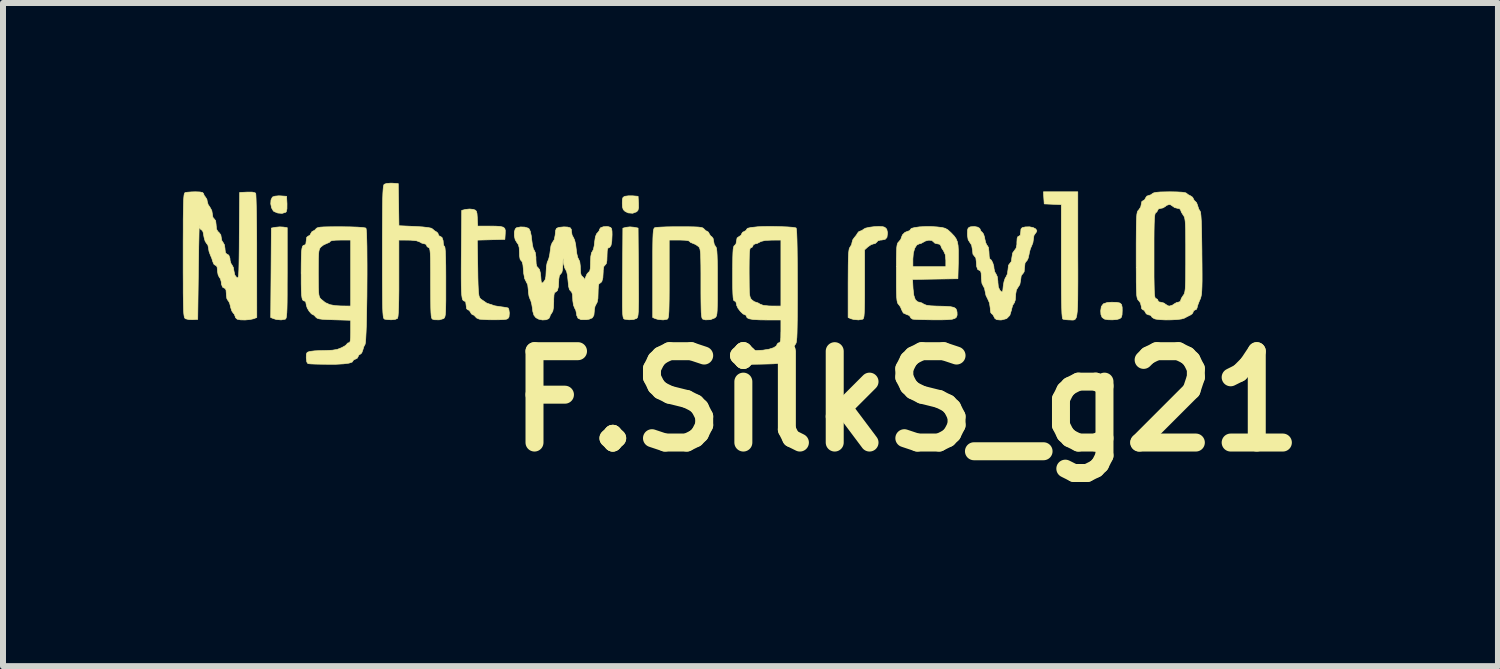
<source format=kicad_pcb>
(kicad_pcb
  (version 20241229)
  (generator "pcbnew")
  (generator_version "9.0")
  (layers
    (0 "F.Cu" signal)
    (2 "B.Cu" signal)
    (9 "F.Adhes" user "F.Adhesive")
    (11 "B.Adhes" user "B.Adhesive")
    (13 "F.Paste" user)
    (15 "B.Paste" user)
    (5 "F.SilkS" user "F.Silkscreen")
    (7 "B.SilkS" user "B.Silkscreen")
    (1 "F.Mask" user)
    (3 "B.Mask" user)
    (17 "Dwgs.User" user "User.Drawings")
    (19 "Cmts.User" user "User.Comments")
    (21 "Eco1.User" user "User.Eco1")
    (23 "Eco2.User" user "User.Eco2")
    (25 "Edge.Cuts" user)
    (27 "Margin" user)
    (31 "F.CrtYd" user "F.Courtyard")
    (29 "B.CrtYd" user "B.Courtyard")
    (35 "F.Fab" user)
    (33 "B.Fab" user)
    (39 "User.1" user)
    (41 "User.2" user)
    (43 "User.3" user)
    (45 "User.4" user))
  (footprint "F.SilkS_g21"
    (layer "F.Cu")
    (at 12.07 3.642)
    (property "Reference" "F.SilkS_g21" (at 0 0 0) (layer "F.SilkS") (effects (font (size 1.524 1.524) (thickness 0.3))))
    (attr through_hole)
    (fp_poly (pts (xy -10.442 -3.425) (xy -10.34 -3.418) (xy -10.333 -3.293) (xy -10.334 -3.208) (xy -10.345 -3.161) (xy -10.355 -3.151) (xy -10.415 -3.133) (xy -10.487 -3.139) (xy -10.549 -3.164) (xy -10.562 -3.175) (xy -10.591 -3.226) (xy -10.604 -3.292) (xy -10.6 -3.357) (xy -10.577 -3.404) (xy -10.574 -3.406) (xy -10.536 -3.42) (xy -10.473 -3.426) (xy -10.442 -3.425)) (stroke (width 0.01) (type solid)) (fill yes) (layer "F.SilkS"))
    (fp_poly (pts (xy -4.569 -3.426) (xy -4.559 -3.425) (xy -4.477 -3.418) (xy -4.47 -3.303) (xy -4.469 -3.229) (xy -4.479 -3.185) (xy -4.501 -3.16) (xy -4.567 -3.135) (xy -4.642 -3.141) (xy -4.694 -3.166) (xy -4.724 -3.196) (xy -4.738 -3.241) (xy -4.741 -3.303) (xy -4.739 -3.367) (xy -4.728 -3.4) (xy -4.703 -3.416) (xy -4.692 -3.419) (xy -4.637 -3.426) (xy -4.569 -3.426)) (stroke (width 0.01) (type solid)) (fill yes) (layer "F.SilkS"))
    (fp_poly (pts (xy -10.396 -2.905) (xy -10.329 -2.895) (xy -10.329 -2.138) (xy -10.33 -1.937) (xy -10.33 -1.774) (xy -10.331 -1.646) (xy -10.333 -1.548) (xy -10.336 -1.476) (xy -10.341 -1.426) (xy -10.346 -1.394) (xy -10.353 -1.376) (xy -10.362 -1.368) (xy -10.363 -1.368) (xy -10.431 -1.356) (xy -10.511 -1.363) (xy -10.557 -1.377) (xy -10.605 -1.396) (xy -10.599 -2.142) (xy -10.594 -2.888) (xy -10.528 -2.901) (xy -10.456 -2.908) (xy -10.396 -2.905)) (stroke (width 0.01) (type solid)) (fill yes) (layer "F.SilkS"))
    (fp_poly (pts (xy 3.506 -1.649) (xy 3.559 -1.638) (xy 3.587 -1.613) (xy 3.597 -1.566) (xy 3.598 -1.512) (xy 3.595 -1.441) (xy 3.583 -1.399) (xy 3.557 -1.377) (xy 3.557 -1.377) (xy 3.508 -1.363) (xy 3.436 -1.357) (xy 3.362 -1.359) (xy 3.305 -1.369) (xy 3.302 -1.37) (xy 3.263 -1.397) (xy 3.243 -1.445) (xy 3.239 -1.507) (xy 3.249 -1.579) (xy 3.283 -1.624) (xy 3.347 -1.646) (xy 3.418 -1.651) (xy 3.506 -1.649)) (stroke (width 0.01) (type solid)) (fill yes) (layer "F.SilkS"))
    (fp_poly (pts (xy -4.547 -2.902) (xy -4.477 -2.888) (xy -4.471 -2.148) (xy -4.47 -1.95) (xy -4.469 -1.79) (xy -4.469 -1.665) (xy -4.471 -1.569) (xy -4.473 -1.498) (xy -4.477 -1.448) (xy -4.482 -1.415) (xy -4.489 -1.395) (xy -4.498 -1.384) (xy -4.502 -1.381) (xy -4.555 -1.362) (xy -4.629 -1.358) (xy -4.705 -1.369) (xy -4.714 -1.374) (xy -4.722 -1.386) (xy -4.728 -1.408) (xy -4.733 -1.446) (xy -4.736 -1.502) (xy -4.738 -1.582) (xy -4.738 -1.689) (xy -4.738 -1.827) (xy -4.737 -2.002) (xy -4.736 -2.133) (xy -4.731 -2.886) (xy -4.674 -2.901) (xy -4.613 -2.908) (xy -4.547 -2.902)) (stroke (width 0.01) (type solid)) (fill yes) (layer "F.SilkS"))
    (fp_poly (pts (xy 2.857 -2.436) (xy 2.858 -2.194) (xy 2.858 -1.99) (xy 2.857 -1.823) (xy 2.856 -1.687) (xy 2.853 -1.58) (xy 2.848 -1.498) (xy 2.841 -1.439) (xy 2.832 -1.398) (xy 2.819 -1.373) (xy 2.802 -1.359) (xy 2.781 -1.354) (xy 2.756 -1.354) (xy 2.726 -1.356) (xy 2.713 -1.356) (xy 2.654 -1.36) (xy 2.612 -1.368) (xy 2.609 -1.369) (xy 2.602 -1.38) (xy 2.597 -1.411) (xy 2.592 -1.464) (xy 2.589 -1.543) (xy 2.586 -1.65) (xy 2.584 -1.788) (xy 2.583 -1.961) (xy 2.582 -2.171) (xy 2.582 -2.329) (xy 2.582 -3.279) (xy 2.439 -3.285) (xy 2.297 -3.291) (xy 2.29 -3.392) (xy 2.284 -3.493) (xy 2.857 -3.493) (xy 2.857 -2.436)) (stroke (width 0.01) (type solid)) (fill yes) (layer "F.SilkS"))
    (fp_poly (pts (xy -0.395 -2.911) (xy -0.362 -2.901) (xy -0.33 -2.87) (xy -0.318 -2.817) (xy -0.318 -2.796) (xy -0.326 -2.733) (xy -0.356 -2.7) (xy -0.416 -2.688) (xy -0.433 -2.688) (xy -0.477 -2.676) (xy -0.494 -2.656) (xy -0.523 -2.63) (xy -0.549 -2.625) (xy -0.592 -2.611) (xy -0.641 -2.577) (xy -0.644 -2.575) (xy -0.699 -2.525) (xy -0.699 -1.952) (xy -0.699 -1.78) (xy -0.7 -1.645) (xy -0.702 -1.544) (xy -0.705 -1.47) (xy -0.709 -1.42) (xy -0.715 -1.39) (xy -0.724 -1.373) (xy -0.732 -1.368) (xy -0.8 -1.356) (xy -0.88 -1.363) (xy -0.926 -1.376) (xy -0.974 -1.396) (xy -0.974 -1.966) (xy -0.973 -2.141) (xy -0.972 -2.278) (xy -0.97 -2.383) (xy -0.967 -2.459) (xy -0.961 -2.511) (xy -0.955 -2.545) (xy -0.946 -2.564) (xy -0.942 -2.569) (xy -0.915 -2.615) (xy -0.91 -2.644) (xy -0.896 -2.693) (xy -0.872 -2.727) (xy -0.836 -2.771) (xy -0.819 -2.801) (xy -0.793 -2.831) (xy -0.776 -2.836) (xy -0.738 -2.851) (xy -0.721 -2.866) (xy -0.685 -2.886) (xy -0.621 -2.901) (xy -0.541 -2.911) (xy -0.462 -2.915) (xy -0.395 -2.911)) (stroke (width 0.01) (type solid)) (fill yes) (layer "F.SilkS"))
    (fp_poly (pts (xy -7.229 -3.2) (xy -7.194 -3.188) (xy -7.174 -3.169) (xy -7.164 -3.131) (xy -7.159 -3.064) (xy -7.159 -3.052) (xy -7.152 -2.921) (xy -6.968 -2.921) (xy -6.854 -2.92) (xy -6.776 -2.915) (xy -6.727 -2.903) (xy -6.701 -2.882) (xy -6.692 -2.849) (xy -6.693 -2.8) (xy -6.693 -2.797) (xy -6.699 -2.699) (xy -6.929 -2.693) (xy -7.159 -2.687) (xy -7.151 -2.216) (xy -7.149 -2.063) (xy -7.146 -1.946) (xy -7.142 -1.86) (xy -7.137 -1.8) (xy -7.131 -1.759) (xy -7.122 -1.732) (xy -7.11 -1.714) (xy -7.1 -1.704) (xy -7.001 -1.636) (xy -6.871 -1.592) (xy -6.786 -1.578) (xy -6.716 -1.569) (xy -6.664 -1.56) (xy -6.643 -1.554) (xy -6.632 -1.527) (xy -6.625 -1.476) (xy -6.625 -1.462) (xy -6.63 -1.406) (xy -6.649 -1.378) (xy -6.673 -1.368) (xy -6.717 -1.362) (xy -6.791 -1.359) (xy -6.881 -1.358) (xy -6.974 -1.359) (xy -7.058 -1.363) (xy -7.119 -1.368) (xy -7.129 -1.37) (xy -7.172 -1.389) (xy -7.19 -1.409) (xy -7.216 -1.436) (xy -7.229 -1.439) (xy -7.258 -1.457) (xy -7.271 -1.482) (xy -7.294 -1.516) (xy -7.315 -1.524) (xy -7.337 -1.542) (xy -7.345 -1.598) (xy -7.352 -1.654) (xy -7.375 -1.672) (xy -7.376 -1.672) (xy -7.39 -1.676) (xy -7.402 -1.691) (xy -7.411 -1.719) (xy -7.418 -1.766) (xy -7.423 -1.835) (xy -7.426 -1.929) (xy -7.427 -2.053) (xy -7.427 -2.209) (xy -7.426 -2.403) (xy -7.425 -2.496) (xy -7.419 -3.183) (xy -7.356 -3.199) (xy -7.288 -3.206) (xy -7.229 -3.2)) (stroke (width 0.01) (type solid)) (fill yes) (layer "F.SilkS"))
    (fp_poly (pts (xy -3.645 -2.91) (xy -3.544 -2.908) (xy -3.474 -2.905) (xy -3.427 -2.899) (xy -3.399 -2.891) (xy -3.382 -2.879) (xy -3.377 -2.873) (xy -3.346 -2.843) (xy -3.328 -2.836) (xy -3.303 -2.819) (xy -3.292 -2.796) (xy -3.267 -2.756) (xy -3.248 -2.744) (xy -3.226 -2.716) (xy -3.217 -2.67) (xy -3.207 -2.616) (xy -3.186 -2.582) (xy -3.176 -2.569) (xy -3.168 -2.543) (xy -3.163 -2.499) (xy -3.159 -2.434) (xy -3.156 -2.343) (xy -3.154 -2.22) (xy -3.154 -2.062) (xy -3.154 -1.988) (xy -3.154 -1.819) (xy -3.154 -1.686) (xy -3.156 -1.587) (xy -3.158 -1.514) (xy -3.162 -1.464) (xy -3.168 -1.431) (xy -3.177 -1.41) (xy -3.188 -1.397) (xy -3.201 -1.388) (xy -3.271 -1.36) (xy -3.354 -1.357) (xy -3.396 -1.368) (xy -3.406 -1.376) (xy -3.413 -1.394) (xy -3.419 -1.428) (xy -3.424 -1.481) (xy -3.426 -1.559) (xy -3.428 -1.666) (xy -3.429 -1.807) (xy -3.429 -1.96) (xy -3.429 -2.133) (xy -3.43 -2.268) (xy -3.432 -2.371) (xy -3.434 -2.447) (xy -3.439 -2.5) (xy -3.445 -2.536) (xy -3.453 -2.559) (xy -3.464 -2.575) (xy -3.468 -2.579) (xy -3.52 -2.615) (xy -3.564 -2.633) (xy -3.605 -2.65) (xy -3.619 -2.667) (xy -3.639 -2.677) (xy -3.692 -2.685) (xy -3.77 -2.688) (xy -3.789 -2.688) (xy -3.958 -2.688) (xy -3.958 -2.034) (xy -3.958 -1.849) (xy -3.959 -1.701) (xy -3.961 -1.587) (xy -3.963 -1.503) (xy -3.967 -1.443) (xy -3.972 -1.404) (xy -3.979 -1.381) (xy -3.988 -1.37) (xy -3.992 -1.368) (xy -4.059 -1.356) (xy -4.139 -1.363) (xy -4.186 -1.376) (xy -4.233 -1.396) (xy -4.233 -2.138) (xy -4.233 -2.335) (xy -4.233 -2.495) (xy -4.232 -2.62) (xy -4.23 -2.716) (xy -4.227 -2.786) (xy -4.223 -2.834) (xy -4.217 -2.865) (xy -4.21 -2.884) (xy -4.201 -2.893) (xy -4.196 -2.895) (xy -4.164 -2.9) (xy -4.097 -2.904) (xy -4.002 -2.908) (xy -3.889 -2.91) (xy -3.782 -2.91) (xy -3.645 -2.91)) (stroke (width 0.01) (type solid)) (fill yes) (layer "F.SilkS"))
    (fp_poly (pts (xy -8.579 -3.637) (xy -8.477 -3.63) (xy -8.471 -3.279) (xy -8.466 -2.927) (xy -8.197 -2.915) (xy -8.069 -2.907) (xy -7.981 -2.897) (xy -7.927 -2.886) (xy -7.906 -2.873) (xy -7.868 -2.84) (xy -7.848 -2.83) (xy -7.816 -2.803) (xy -7.811 -2.784) (xy -7.795 -2.756) (xy -7.781 -2.752) (xy -7.748 -2.732) (xy -7.729 -2.678) (xy -7.726 -2.634) (xy -7.718 -2.595) (xy -7.705 -2.582) (xy -7.698 -2.561) (xy -7.692 -2.5) (xy -7.688 -2.399) (xy -7.685 -2.26) (xy -7.684 -2.086) (xy -7.684 -1.99) (xy -7.684 -1.816) (xy -7.684 -1.68) (xy -7.686 -1.576) (xy -7.688 -1.501) (xy -7.692 -1.448) (xy -7.698 -1.414) (xy -7.706 -1.394) (xy -7.716 -1.382) (xy -7.724 -1.377) (xy -7.794 -1.357) (xy -7.873 -1.359) (xy -7.904 -1.368) (xy -7.914 -1.375) (xy -7.922 -1.394) (xy -7.928 -1.427) (xy -7.932 -1.48) (xy -7.935 -1.558) (xy -7.936 -1.664) (xy -7.937 -1.803) (xy -7.938 -1.971) (xy -7.938 -2.146) (xy -7.939 -2.284) (xy -7.94 -2.388) (xy -7.943 -2.463) (xy -7.948 -2.514) (xy -7.954 -2.544) (xy -7.961 -2.558) (xy -7.969 -2.561) (xy -7.997 -2.578) (xy -8.001 -2.593) (xy -8.018 -2.619) (xy -8.039 -2.625) (xy -8.086 -2.637) (xy -8.119 -2.656) (xy -8.173 -2.676) (xy -8.267 -2.686) (xy -8.313 -2.687) (xy -8.467 -2.688) (xy -8.467 -2.047) (xy -8.467 -1.848) (xy -8.469 -1.689) (xy -8.472 -1.567) (xy -8.476 -1.477) (xy -8.481 -1.418) (xy -8.488 -1.386) (xy -8.492 -1.38) (xy -8.531 -1.364) (xy -8.594 -1.358) (xy -8.666 -1.362) (xy -8.705 -1.369) (xy -8.713 -1.374) (xy -8.72 -1.384) (xy -8.726 -1.404) (xy -8.73 -1.436) (xy -8.734 -1.485) (xy -8.737 -1.554) (xy -8.739 -1.646) (xy -8.74 -1.764) (xy -8.741 -1.912) (xy -8.742 -2.093) (xy -8.742 -2.311) (xy -8.742 -2.486) (xy -8.742 -2.736) (xy -8.741 -2.947) (xy -8.74 -3.122) (xy -8.739 -3.265) (xy -8.737 -3.378) (xy -8.734 -3.465) (xy -8.73 -3.529) (xy -8.726 -3.573) (xy -8.72 -3.601) (xy -8.714 -3.616) (xy -8.712 -3.618) (xy -8.673 -3.632) (xy -8.61 -3.637) (xy -8.579 -3.637)) (stroke (width 0.01) (type solid)) (fill yes) (layer "F.SilkS"))
    (fp_poly (pts (xy 0.416 -2.913) (xy 0.51 -2.907) (xy 0.591 -2.898) (xy 0.645 -2.884) (xy 0.689 -2.859) (xy 0.738 -2.815) (xy 0.752 -2.801) (xy 0.796 -2.754) (xy 0.827 -2.71) (xy 0.848 -2.66) (xy 0.86 -2.598) (xy 0.865 -2.514) (xy 0.865 -2.4) (xy 0.864 -2.307) (xy 0.857 -2.043) (xy 0.479 -2.037) (xy 0.101 -2.031) (xy 0.109 -1.876) (xy 0.122 -1.766) (xy 0.147 -1.693) (xy 0.187 -1.657) (xy 0.217 -1.651) (xy 0.256 -1.639) (xy 0.287 -1.62) (xy 0.329 -1.602) (xy 0.404 -1.591) (xy 0.515 -1.586) (xy 0.529 -1.586) (xy 0.649 -1.583) (xy 0.734 -1.577) (xy 0.789 -1.565) (xy 0.821 -1.546) (xy 0.837 -1.516) (xy 0.843 -1.482) (xy 0.844 -1.437) (xy 0.834 -1.404) (xy 0.808 -1.382) (xy 0.76 -1.367) (xy 0.684 -1.36) (xy 0.577 -1.357) (xy 0.456 -1.357) (xy 0.342 -1.359) (xy 0.24 -1.361) (xy 0.161 -1.364) (xy 0.111 -1.368) (xy 0.101 -1.369) (xy 0.069 -1.391) (xy 0.064 -1.406) (xy 0.045 -1.43) (xy 0.001 -1.447) (xy 0.001 -1.447) (xy -0.053 -1.471) (xy -0.077 -1.516) (xy -0.102 -1.575) (xy -0.13 -1.612) (xy -0.143 -1.627) (xy -0.152 -1.649) (xy -0.159 -1.683) (xy -0.164 -1.734) (xy -0.167 -1.808) (xy -0.169 -1.911) (xy -0.169 -2.047) (xy -0.169 -2.138) (xy -0.169 -2.294) (xy -0.169 -2.373) (xy 0.106 -2.373) (xy 0.106 -2.244) (xy 0.656 -2.244) (xy 0.656 -2.351) (xy 0.647 -2.444) (xy 0.617 -2.509) (xy 0.614 -2.513) (xy 0.584 -2.559) (xy 0.572 -2.595) (xy 0.572 -2.596) (xy 0.553 -2.618) (xy 0.518 -2.625) (xy 0.473 -2.636) (xy 0.452 -2.656) (xy 0.423 -2.681) (xy 0.372 -2.686) (xy 0.316 -2.672) (xy 0.287 -2.656) (xy 0.241 -2.631) (xy 0.212 -2.625) (xy 0.171 -2.605) (xy 0.137 -2.551) (xy 0.114 -2.471) (xy 0.106 -2.373) (xy -0.169 -2.373) (xy -0.168 -2.414) (xy -0.166 -2.502) (xy -0.163 -2.564) (xy -0.157 -2.606) (xy -0.149 -2.633) (xy -0.139 -2.65) (xy -0.127 -2.661) (xy -0.095 -2.701) (xy -0.085 -2.732) (xy -0.067 -2.776) (xy -0.026 -2.816) (xy 0.023 -2.836) (xy 0.028 -2.836) (xy 0.058 -2.85) (xy 0.064 -2.865) (xy 0.083 -2.883) (xy 0.137 -2.897) (xy 0.216 -2.908) (xy 0.312 -2.913) (xy 0.416 -2.913)) (stroke (width 0.01) (type solid)) (fill yes) (layer "F.SilkS"))
    (fp_poly (pts (xy 1.185 -2.904) (xy 1.221 -2.883) (xy 1.228 -2.867) (xy 1.244 -2.833) (xy 1.261 -2.82) (xy 1.285 -2.788) (xy 1.303 -2.73) (xy 1.306 -2.708) (xy 1.32 -2.647) (xy 1.339 -2.605) (xy 1.347 -2.597) (xy 1.367 -2.564) (xy 1.375 -2.496) (xy 1.376 -2.475) (xy 1.379 -2.415) (xy 1.387 -2.378) (xy 1.394 -2.371) (xy 1.416 -2.352) (xy 1.439 -2.307) (xy 1.456 -2.251) (xy 1.46 -2.209) (xy 1.473 -2.155) (xy 1.492 -2.124) (xy 1.514 -2.078) (xy 1.524 -2.003) (xy 1.524 -1.988) (xy 1.532 -1.905) (xy 1.557 -1.852) (xy 1.564 -1.844) (xy 1.587 -1.823) (xy 1.6 -1.825) (xy 1.607 -1.855) (xy 1.613 -1.918) (xy 1.626 -1.993) (xy 1.646 -2.053) (xy 1.658 -2.07) (xy 1.683 -2.123) (xy 1.693 -2.197) (xy 1.693 -2.198) (xy 1.701 -2.268) (xy 1.725 -2.3) (xy 1.749 -2.331) (xy 1.757 -2.394) (xy 1.77 -2.472) (xy 1.799 -2.513) (xy 1.828 -2.553) (xy 1.841 -2.616) (xy 1.841 -2.651) (xy 1.845 -2.715) (xy 1.858 -2.746) (xy 1.873 -2.752) (xy 1.897 -2.768) (xy 1.905 -2.821) (xy 1.905 -2.823) (xy 1.909 -2.871) (xy 1.93 -2.895) (xy 1.981 -2.907) (xy 2.052 -2.909) (xy 2.113 -2.896) (xy 2.156 -2.873) (xy 2.174 -2.842) (xy 2.159 -2.81) (xy 2.152 -2.804) (xy 2.125 -2.763) (xy 2.117 -2.706) (xy 2.108 -2.643) (xy 2.088 -2.593) (xy 2.088 -2.592) (xy 2.067 -2.546) (xy 2.049 -2.479) (xy 2.044 -2.449) (xy 2.029 -2.385) (xy 2.009 -2.344) (xy 1.999 -2.335) (xy 1.977 -2.305) (xy 1.969 -2.235) (xy 1.968 -2.23) (xy 1.962 -2.159) (xy 1.94 -2.126) (xy 1.937 -2.124) (xy 1.913 -2.093) (xy 1.905 -2.03) (xy 1.89 -1.946) (xy 1.863 -1.905) (xy 1.833 -1.857) (xy 1.821 -1.786) (xy 1.82 -1.759) (xy 1.814 -1.687) (xy 1.798 -1.64) (xy 1.791 -1.632) (xy 1.77 -1.597) (xy 1.754 -1.539) (xy 1.75 -1.519) (xy 1.723 -1.432) (xy 1.67 -1.378) (xy 1.588 -1.356) (xy 1.563 -1.355) (xy 1.506 -1.36) (xy 1.475 -1.379) (xy 1.46 -1.408) (xy 1.438 -1.447) (xy 1.419 -1.46) (xy 1.405 -1.479) (xy 1.398 -1.527) (xy 1.397 -1.55) (xy 1.384 -1.639) (xy 1.355 -1.704) (xy 1.325 -1.765) (xy 1.313 -1.825) (xy 1.312 -1.827) (xy 1.301 -1.883) (xy 1.281 -1.919) (xy 1.258 -1.966) (xy 1.249 -2.048) (xy 1.249 -2.065) (xy 1.245 -2.137) (xy 1.234 -2.173) (xy 1.219 -2.18) (xy 1.187 -2.198) (xy 1.169 -2.251) (xy 1.164 -2.328) (xy 1.156 -2.392) (xy 1.132 -2.421) (xy 1.108 -2.452) (xy 1.101 -2.518) (xy 1.086 -2.604) (xy 1.058 -2.646) (xy 1.028 -2.693) (xy 1.017 -2.764) (xy 1.016 -2.792) (xy 1.018 -2.855) (xy 1.029 -2.888) (xy 1.054 -2.904) (xy 1.069 -2.909) (xy 1.13 -2.914) (xy 1.185 -2.904)) (stroke (width 0.01) (type solid)) (fill yes) (layer "F.SilkS"))
    (fp_poly (pts (xy -2.192 -2.914) (xy -2.082 -2.911) (xy -1.983 -2.907) (xy -1.903 -2.901) (xy -1.853 -2.893) (xy -1.841 -2.889) (xy -1.836 -2.865) (xy -1.831 -2.8) (xy -1.827 -2.695) (xy -1.824 -2.554) (xy -1.822 -2.377) (xy -1.821 -2.165) (xy -1.82 -1.928) (xy -1.82 -1.699) (xy -1.821 -1.509) (xy -1.822 -1.354) (xy -1.824 -1.231) (xy -1.826 -1.135) (xy -1.829 -1.064) (xy -1.834 -1.014) (xy -1.839 -0.981) (xy -1.846 -0.961) (xy -1.852 -0.953) (xy -1.877 -0.912) (xy -1.884 -0.874) (xy -1.897 -0.831) (xy -1.929 -0.778) (xy -1.969 -0.731) (xy -2.007 -0.702) (xy -2.019 -0.699) (xy -2.045 -0.683) (xy -2.065 -0.661) (xy -2.08 -0.647) (xy -2.106 -0.637) (xy -2.148 -0.63) (xy -2.215 -0.624) (xy -2.31 -0.621) (xy -2.439 -0.618) (xy -2.572 -0.616) (xy -2.669 -0.616) (xy -2.736 -0.619) (xy -2.778 -0.625) (xy -2.803 -0.635) (xy -2.813 -0.643) (xy -2.829 -0.685) (xy -2.833 -0.743) (xy -2.832 -0.744) (xy -2.825 -0.783) (xy -2.806 -0.81) (xy -2.769 -0.827) (xy -2.708 -0.838) (xy -2.616 -0.843) (xy -2.52 -0.845) (xy -2.397 -0.851) (xy -2.293 -0.868) (xy -2.215 -0.893) (xy -2.169 -0.924) (xy -2.16 -0.947) (xy -2.142 -0.971) (xy -2.127 -0.974) (xy -2.112 -0.981) (xy -2.102 -1.008) (xy -2.097 -1.062) (xy -2.096 -1.15) (xy -2.095 -1.164) (xy -2.095 -1.355) (xy -2.315 -1.355) (xy -2.455 -1.357) (xy -2.557 -1.363) (xy -2.624 -1.375) (xy -2.659 -1.392) (xy -2.667 -1.41) (xy -2.68 -1.437) (xy -2.69 -1.439) (xy -2.727 -1.456) (xy -2.771 -1.498) (xy -2.811 -1.551) (xy -2.834 -1.601) (xy -2.836 -1.618) (xy -2.847 -1.661) (xy -2.868 -1.672) (xy -2.879 -1.677) (xy -2.887 -1.696) (xy -2.892 -1.732) (xy -2.896 -1.793) (xy -2.899 -1.881) (xy -2.9 -2.003) (xy -2.9 -2.128) (xy -2.9 -2.148) (xy -2.625 -2.148) (xy -2.624 -2.006) (xy -2.623 -1.899) (xy -2.621 -1.822) (xy -2.616 -1.77) (xy -2.608 -1.735) (xy -2.598 -1.712) (xy -2.584 -1.695) (xy -2.582 -1.693) (xy -2.542 -1.662) (xy -2.512 -1.651) (xy -2.475 -1.639) (xy -2.444 -1.62) (xy -2.389 -1.599) (xy -2.296 -1.589) (xy -2.249 -1.588) (xy -2.095 -1.587) (xy -2.095 -2.688) (xy -2.249 -2.687) (xy -2.357 -2.682) (xy -2.427 -2.665) (xy -2.444 -2.656) (xy -2.492 -2.631) (xy -2.523 -2.625) (xy -2.555 -2.61) (xy -2.561 -2.593) (xy -2.578 -2.565) (xy -2.593 -2.561) (xy -2.604 -2.556) (xy -2.612 -2.537) (xy -2.618 -2.499) (xy -2.622 -2.436) (xy -2.624 -2.344) (xy -2.625 -2.217) (xy -2.625 -2.148) (xy -2.9 -2.148) (xy -2.899 -2.281) (xy -2.898 -2.397) (xy -2.895 -2.481) (xy -2.891 -2.538) (xy -2.884 -2.573) (xy -2.876 -2.591) (xy -2.868 -2.596) (xy -2.844 -2.625) (xy -2.836 -2.671) (xy -2.826 -2.723) (xy -2.794 -2.746) (xy -2.76 -2.768) (xy -2.752 -2.788) (xy -2.734 -2.818) (xy -2.709 -2.83) (xy -2.675 -2.85) (xy -2.667 -2.868) (xy -2.649 -2.885) (xy -2.592 -2.898) (xy -2.495 -2.908) (xy -2.492 -2.909) (xy -2.406 -2.913) (xy -2.303 -2.915) (xy -2.192 -2.914)) (stroke (width 0.01) (type solid)) (fill yes) (layer "F.SilkS"))
    (fp_poly (pts (xy -9.432 -2.91) (xy -9.28 -2.908) (xy -9.16 -2.904) (xy -9.074 -2.898) (xy -9.025 -2.89) (xy -9.016 -2.886) (xy -9.011 -2.86) (xy -9.006 -2.797) (xy -9.003 -2.701) (xy -9 -2.58) (xy -8.999 -2.436) (xy -8.998 -2.277) (xy -8.998 -2.107) (xy -8.999 -1.931) (xy -9 -1.755) (xy -9.003 -1.584) (xy -9.006 -1.423) (xy -9.009 -1.277) (xy -9.014 -1.151) (xy -9.019 -1.052) (xy -9.024 -0.984) (xy -9.03 -0.952) (xy -9.03 -0.95) (xy -9.052 -0.909) (xy -9.069 -0.852) (xy -9.069 -0.852) (xy -9.087 -0.805) (xy -9.112 -0.783) (xy -9.114 -0.783) (xy -9.14 -0.766) (xy -9.144 -0.749) (xy -9.162 -0.717) (xy -9.186 -0.705) (xy -9.221 -0.689) (xy -9.229 -0.678) (xy -9.246 -0.653) (xy -9.299 -0.635) (xy -9.389 -0.623) (xy -9.518 -0.616) (xy -9.648 -0.616) (xy -9.76 -0.617) (xy -9.858 -0.619) (xy -9.933 -0.622) (xy -9.978 -0.626) (xy -9.985 -0.628) (xy -10.003 -0.655) (xy -10.011 -0.711) (xy -10.012 -0.729) (xy -10.01 -0.786) (xy -9.996 -0.815) (xy -9.961 -0.828) (xy -9.932 -0.833) (xy -9.872 -0.84) (xy -9.787 -0.844) (xy -9.694 -0.846) (xy -9.685 -0.846) (xy -9.577 -0.851) (xy -9.496 -0.864) (xy -9.427 -0.891) (xy -9.426 -0.891) (xy -9.372 -0.92) (xy -9.339 -0.946) (xy -9.335 -0.954) (xy -9.317 -0.972) (xy -9.303 -0.974) (xy -9.287 -0.981) (xy -9.278 -1.008) (xy -9.273 -1.063) (xy -9.271 -1.151) (xy -9.271 -1.162) (xy -9.271 -1.35) (xy -9.548 -1.358) (xy -9.664 -1.362) (xy -9.746 -1.367) (xy -9.799 -1.374) (xy -9.831 -1.385) (xy -9.85 -1.4) (xy -9.852 -1.402) (xy -9.879 -1.432) (xy -9.891 -1.439) (xy -9.925 -1.457) (xy -9.963 -1.5) (xy -9.995 -1.553) (xy -10.011 -1.603) (xy -10.012 -1.61) (xy -10.021 -1.658) (xy -10.041 -1.672) (xy -10.059 -1.676) (xy -10.073 -1.691) (xy -10.083 -1.722) (xy -10.09 -1.774) (xy -10.094 -1.852) (xy -10.096 -1.962) (xy -10.096 -2.108) (xy -10.097 -2.138) (xy -10.097 -2.138) (xy -9.811 -2.138) (xy -9.811 -2.138) (xy -9.81 -1.999) (xy -9.809 -1.897) (xy -9.806 -1.824) (xy -9.801 -1.775) (xy -9.793 -1.743) (xy -9.782 -1.721) (xy -9.767 -1.704) (xy -9.696 -1.646) (xy -9.62 -1.611) (xy -9.526 -1.594) (xy -9.435 -1.589) (xy -9.271 -1.587) (xy -9.271 -2.688) (xy -9.44 -2.688) (xy -9.522 -2.686) (xy -9.581 -2.679) (xy -9.609 -2.67) (xy -9.61 -2.667) (xy -9.628 -2.648) (xy -9.666 -2.633) (xy -9.723 -2.607) (xy -9.766 -2.574) (xy -9.782 -2.556) (xy -9.793 -2.534) (xy -9.801 -2.501) (xy -9.806 -2.452) (xy -9.809 -2.379) (xy -9.81 -2.276) (xy -9.811 -2.138) (xy -10.097 -2.138) (xy -10.096 -2.291) (xy -10.094 -2.406) (xy -10.091 -2.49) (xy -10.084 -2.546) (xy -10.075 -2.581) (xy -10.062 -2.598) (xy -10.045 -2.603) (xy -10.041 -2.603) (xy -10.019 -2.623) (xy -10.012 -2.678) (xy -10.004 -2.734) (xy -9.982 -2.752) (xy -9.951 -2.769) (xy -9.938 -2.794) (xy -9.917 -2.828) (xy -9.902 -2.836) (xy -9.872 -2.852) (xy -9.852 -2.873) (xy -9.838 -2.887) (xy -9.816 -2.896) (xy -9.779 -2.903) (xy -9.72 -2.907) (xy -9.635 -2.909) (xy -9.517 -2.91) (xy -9.432 -2.91)) (stroke (width 0.01) (type solid)) (fill yes) (layer "F.SilkS"))
    (fp_poly (pts (xy -11.784 -3.49) (xy -11.741 -3.481) (xy -11.726 -3.465) (xy -11.726 -3.463) (xy -11.711 -3.426) (xy -11.695 -3.408) (xy -11.669 -3.367) (xy -11.663 -3.331) (xy -11.648 -3.279) (xy -11.62 -3.239) (xy -11.587 -3.179) (xy -11.578 -3.124) (xy -11.569 -3.067) (xy -11.546 -3.04) (xy -11.523 -3.01) (xy -11.515 -2.941) (xy -11.515 -2.937) (xy -11.508 -2.87) (xy -11.486 -2.83) (xy -11.472 -2.82) (xy -11.437 -2.775) (xy -11.43 -2.733) (xy -11.42 -2.679) (xy -11.398 -2.646) (xy -11.376 -2.607) (xy -11.367 -2.545) (xy -11.367 -2.537) (xy -11.36 -2.478) (xy -11.34 -2.456) (xy -11.337 -2.455) (xy -11.304 -2.436) (xy -11.285 -2.385) (xy -11.282 -2.346) (xy -11.267 -2.297) (xy -11.25 -2.272) (xy -11.227 -2.229) (xy -11.218 -2.173) (xy -11.203 -2.104) (xy -11.176 -2.069) (xy -11.165 -2.06) (xy -11.156 -2.058) (xy -11.149 -2.065) (xy -11.143 -2.087) (xy -11.139 -2.127) (xy -11.136 -2.19) (xy -11.134 -2.278) (xy -11.132 -2.397) (xy -11.13 -2.55) (xy -11.129 -2.74) (xy -11.129 -2.757) (xy -11.123 -3.482) (xy -10.998 -3.488) (xy -10.913 -3.488) (xy -10.865 -3.476) (xy -10.855 -3.467) (xy -10.852 -3.441) (xy -10.849 -3.377) (xy -10.846 -3.279) (xy -10.843 -3.151) (xy -10.841 -2.998) (xy -10.839 -2.823) (xy -10.838 -2.632) (xy -10.838 -2.428) (xy -10.838 -2.418) (xy -10.837 -1.396) (xy -10.892 -1.375) (xy -10.953 -1.362) (xy -11.032 -1.355) (xy -11.11 -1.357) (xy -11.164 -1.368) (xy -11.193 -1.395) (xy -11.197 -1.413) (xy -11.213 -1.452) (xy -11.229 -1.469) (xy -11.253 -1.504) (xy -11.272 -1.561) (xy -11.275 -1.577) (xy -11.29 -1.635) (xy -11.311 -1.674) (xy -11.317 -1.679) (xy -11.336 -1.711) (xy -11.345 -1.773) (xy -11.345 -1.79) (xy -11.35 -1.854) (xy -11.366 -1.882) (xy -11.375 -1.884) (xy -11.408 -1.903) (xy -11.427 -1.954) (xy -11.43 -1.993) (xy -11.444 -2.043) (xy -11.462 -2.067) (xy -11.482 -2.108) (xy -11.493 -2.169) (xy -11.493 -2.182) (xy -11.499 -2.24) (xy -11.517 -2.264) (xy -11.525 -2.265) (xy -11.551 -2.283) (xy -11.569 -2.323) (xy -11.589 -2.387) (xy -11.611 -2.437) (xy -11.634 -2.5) (xy -11.642 -2.552) (xy -11.653 -2.604) (xy -11.676 -2.634) (xy -11.699 -2.67) (xy -11.716 -2.731) (xy -11.721 -2.758) (xy -11.734 -2.827) (xy -11.755 -2.856) (xy -11.761 -2.857) (xy -11.783 -2.877) (xy -11.795 -2.934) (xy -11.795 -2.937) (xy -11.796 -2.934) (xy -11.798 -2.893) (xy -11.8 -2.818) (xy -11.802 -2.712) (xy -11.805 -2.58) (xy -11.807 -2.425) (xy -11.81 -2.252) (xy -11.811 -2.191) (xy -11.822 -1.365) (xy -11.906 -1.36) (xy -11.97 -1.362) (xy -12.021 -1.374) (xy -12.028 -1.377) (xy -12.036 -1.384) (xy -12.044 -1.398) (xy -12.049 -1.421) (xy -12.054 -1.457) (xy -12.058 -1.51) (xy -12.06 -1.583) (xy -12.062 -1.68) (xy -12.064 -1.804) (xy -12.064 -1.959) (xy -12.065 -2.149) (xy -12.065 -2.377) (xy -12.065 -2.433) (xy -12.065 -2.671) (xy -12.064 -2.869) (xy -12.064 -3.033) (xy -12.062 -3.164) (xy -12.06 -3.267) (xy -12.058 -3.345) (xy -12.054 -3.402) (xy -12.05 -3.44) (xy -12.044 -3.463) (xy -12.037 -3.476) (xy -12.032 -3.48) (xy -11.994 -3.486) (xy -11.928 -3.491) (xy -11.862 -3.493) (xy -11.784 -3.49)) (stroke (width 0.01) (type solid)) (fill yes) (layer "F.SilkS"))
    (fp_poly (pts (xy 4.51 -3.491) (xy 4.599 -3.486) (xy 4.653 -3.477) (xy 4.668 -3.47) (xy 4.697 -3.446) (xy 4.733 -3.428) (xy 4.771 -3.403) (xy 4.784 -3.379) (xy 4.801 -3.345) (xy 4.813 -3.337) (xy 4.838 -3.311) (xy 4.857 -3.261) (xy 4.858 -3.256) (xy 4.875 -3.204) (xy 4.896 -3.172) (xy 4.897 -3.17) (xy 4.905 -3.149) (xy 4.911 -3.094) (xy 4.917 -3.004) (xy 4.921 -2.877) (xy 4.924 -2.711) (xy 4.927 -2.505) (xy 4.927 -2.467) (xy 4.929 -2.278) (xy 4.93 -2.125) (xy 4.93 -2.006) (xy 4.928 -1.913) (xy 4.925 -1.844) (xy 4.921 -1.792) (xy 4.914 -1.753) (xy 4.906 -1.722) (xy 4.895 -1.694) (xy 4.89 -1.685) (xy 4.865 -1.622) (xy 4.849 -1.572) (xy 4.847 -1.557) (xy 4.831 -1.528) (xy 4.815 -1.524) (xy 4.787 -1.507) (xy 4.784 -1.492) (xy 4.766 -1.459) (xy 4.736 -1.438) (xy 4.68 -1.41) (xy 4.636 -1.386) (xy 4.589 -1.372) (xy 4.513 -1.362) (xy 4.419 -1.357) (xy 4.321 -1.356) (xy 4.23 -1.36) (xy 4.159 -1.369) (xy 4.133 -1.376) (xy 4.096 -1.399) (xy 4.085 -1.417) (xy 4.067 -1.435) (xy 4.041 -1.439) (xy 3.999 -1.457) (xy 3.985 -1.482) (xy 3.964 -1.516) (xy 3.945 -1.524) (xy 3.922 -1.543) (xy 3.916 -1.583) (xy 3.901 -1.641) (xy 3.873 -1.678) (xy 3.862 -1.689) (xy 3.853 -1.704) (xy 3.846 -1.728) (xy 3.84 -1.764) (xy 3.837 -1.818) (xy 3.834 -1.893) (xy 3.832 -1.994) (xy 3.832 -2.125) (xy 3.831 -2.291) (xy 3.831 -2.424) (xy 4.128 -2.424) (xy 4.128 -2.23) (xy 4.128 -2.074) (xy 4.13 -1.952) (xy 4.132 -1.861) (xy 4.135 -1.795) (xy 4.14 -1.752) (xy 4.146 -1.727) (xy 4.154 -1.716) (xy 4.159 -1.714) (xy 4.187 -1.698) (xy 4.191 -1.683) (xy 4.209 -1.657) (xy 4.241 -1.651) (xy 4.292 -1.638) (xy 4.318 -1.619) (xy 4.361 -1.592) (xy 4.386 -1.587) (xy 4.435 -1.602) (xy 4.459 -1.619) (xy 4.504 -1.646) (xy 4.531 -1.651) (xy 4.565 -1.663) (xy 4.572 -1.68) (xy 4.584 -1.716) (xy 4.614 -1.762) (xy 4.614 -1.763) (xy 4.627 -1.78) (xy 4.636 -1.801) (xy 4.643 -1.831) (xy 4.649 -1.875) (xy 4.652 -1.936) (xy 4.655 -2.022) (xy 4.656 -2.135) (xy 4.657 -2.282) (xy 4.657 -2.434) (xy 4.657 -2.613) (xy 4.656 -2.754) (xy 4.655 -2.862) (xy 4.652 -2.944) (xy 4.648 -3.002) (xy 4.642 -3.043) (xy 4.635 -3.071) (xy 4.625 -3.091) (xy 4.614 -3.106) (xy 4.585 -3.152) (xy 4.572 -3.188) (xy 4.572 -3.188) (xy 4.554 -3.211) (xy 4.522 -3.217) (xy 4.471 -3.23) (xy 4.445 -3.249) (xy 4.405 -3.276) (xy 4.381 -3.281) (xy 4.337 -3.266) (xy 4.318 -3.249) (xy 4.277 -3.224) (xy 4.241 -3.217) (xy 4.202 -3.207) (xy 4.191 -3.188) (xy 4.174 -3.155) (xy 4.159 -3.146) (xy 4.151 -3.138) (xy 4.144 -3.118) (xy 4.138 -3.083) (xy 4.134 -3.028) (xy 4.131 -2.95) (xy 4.129 -2.843) (xy 4.128 -2.704) (xy 4.128 -2.529) (xy 4.128 -2.424) (xy 3.831 -2.424) (xy 3.831 -2.434) (xy 3.831 -2.628) (xy 3.832 -2.784) (xy 3.833 -2.906) (xy 3.835 -2.999) (xy 3.838 -3.068) (xy 3.842 -3.116) (xy 3.848 -3.148) (xy 3.855 -3.169) (xy 3.865 -3.183) (xy 3.873 -3.19) (xy 3.906 -3.239) (xy 3.916 -3.286) (xy 3.925 -3.331) (xy 3.945 -3.344) (xy 3.974 -3.362) (xy 3.985 -3.387) (xy 4.009 -3.421) (xy 4.032 -3.429) (xy 4.075 -3.443) (xy 4.099 -3.461) (xy 4.123 -3.475) (xy 4.165 -3.484) (xy 4.233 -3.49) (xy 4.333 -3.492) (xy 4.392 -3.493) (xy 4.51 -3.491)) (stroke (width 0.01) (type solid)) (fill yes) (layer "F.SilkS"))
    (fp_poly (pts (xy -4.964 -2.909) (xy -4.933 -2.897) (xy -4.918 -2.875) (xy -4.912 -2.831) (xy -4.911 -2.776) (xy -4.916 -2.667) (xy -4.929 -2.598) (xy -4.952 -2.565) (xy -4.966 -2.561) (xy -4.983 -2.549) (xy -4.992 -2.51) (xy -4.995 -2.436) (xy -4.995 -2.423) (xy -4.998 -2.341) (xy -5.008 -2.294) (xy -5.026 -2.273) (xy -5.027 -2.272) (xy -5.05 -2.245) (xy -5.059 -2.181) (xy -5.059 -2.162) (xy -5.065 -2.057) (xy -5.083 -1.993) (xy -5.111 -1.969) (xy -5.114 -1.968) (xy -5.13 -1.958) (xy -5.139 -1.921) (xy -5.143 -1.852) (xy -5.144 -1.811) (xy -5.147 -1.714) (xy -5.159 -1.652) (xy -5.175 -1.622) (xy -5.196 -1.581) (xy -5.207 -1.52) (xy -5.207 -1.51) (xy -5.214 -1.435) (xy -5.24 -1.391) (xy -5.293 -1.368) (xy -5.342 -1.36) (xy -5.427 -1.36) (xy -5.479 -1.384) (xy -5.502 -1.435) (xy -5.504 -1.458) (xy -5.516 -1.517) (xy -5.536 -1.555) (xy -5.555 -1.603) (xy -5.566 -1.677) (xy -5.567 -1.707) (xy -5.572 -1.783) (xy -5.587 -1.825) (xy -5.601 -1.837) (xy -5.622 -1.862) (xy -5.636 -1.915) (xy -5.645 -2.002) (xy -5.646 -2.013) (xy -5.655 -2.101) (xy -5.669 -2.164) (xy -5.684 -2.192) (xy -5.702 -2.225) (xy -5.716 -2.284) (xy -5.72 -2.319) (xy -5.725 -2.368) (xy -5.728 -2.381) (xy -5.73 -2.356) (xy -5.732 -2.291) (xy -5.732 -2.28) (xy -5.738 -2.195) (xy -5.749 -2.146) (xy -5.767 -2.125) (xy -5.768 -2.124) (xy -5.79 -2.096) (xy -5.8 -2.033) (xy -5.8 -2.014) (xy -5.806 -1.909) (xy -5.823 -1.845) (xy -5.852 -1.821) (xy -5.855 -1.82) (xy -5.871 -1.81) (xy -5.88 -1.773) (xy -5.884 -1.704) (xy -5.884 -1.663) (xy -5.888 -1.566) (xy -5.899 -1.504) (xy -5.916 -1.474) (xy -5.942 -1.434) (xy -5.948 -1.411) (xy -5.966 -1.378) (xy -6.011 -1.359) (xy -6.072 -1.355) (xy -6.134 -1.368) (xy -6.181 -1.393) (xy -6.214 -1.434) (xy -6.233 -1.497) (xy -6.239 -1.547) (xy -6.251 -1.62) (xy -6.268 -1.681) (xy -6.279 -1.703) (xy -6.296 -1.749) (xy -6.306 -1.816) (xy -6.308 -1.85) (xy -6.318 -1.943) (xy -6.344 -1.995) (xy -6.369 -2.045) (xy -6.385 -2.132) (xy -6.389 -2.183) (xy -6.398 -2.276) (xy -6.413 -2.329) (xy -6.427 -2.343) (xy -6.445 -2.368) (xy -6.455 -2.429) (xy -6.456 -2.479) (xy -6.46 -2.56) (xy -6.474 -2.612) (xy -6.498 -2.646) (xy -6.527 -2.694) (xy -6.541 -2.758) (xy -6.541 -2.822) (xy -6.526 -2.873) (xy -6.504 -2.894) (xy -6.437 -2.907) (xy -6.366 -2.904) (xy -6.309 -2.886) (xy -6.296 -2.876) (xy -6.275 -2.834) (xy -6.259 -2.759) (xy -6.251 -2.692) (xy -6.24 -2.609) (xy -6.225 -2.546) (xy -6.209 -2.516) (xy -6.191 -2.478) (xy -6.181 -2.404) (xy -6.181 -2.369) (xy -6.177 -2.292) (xy -6.165 -2.247) (xy -6.145 -2.226) (xy -6.121 -2.196) (xy -6.106 -2.134) (xy -6.1 -2.079) (xy -6.095 -2.01) (xy -6.088 -1.976) (xy -6.076 -1.971) (xy -6.056 -1.987) (xy -6.051 -1.992) (xy -6.027 -2.028) (xy -6.015 -2.083) (xy -6.011 -2.165) (xy -6.006 -2.249) (xy -5.993 -2.315) (xy -5.982 -2.339) (xy -5.965 -2.383) (xy -5.95 -2.452) (xy -5.943 -2.506) (xy -5.93 -2.594) (xy -5.908 -2.647) (xy -5.9 -2.656) (xy -5.875 -2.696) (xy -5.861 -2.767) (xy -5.859 -2.784) (xy -5.853 -2.847) (xy -5.84 -2.88) (xy -5.812 -2.895) (xy -5.787 -2.901) (xy -5.715 -2.908) (xy -5.654 -2.905) (xy -5.608 -2.892) (xy -5.59 -2.864) (xy -5.588 -2.83) (xy -5.578 -2.771) (xy -5.555 -2.729) (xy -5.535 -2.686) (xy -5.518 -2.611) (xy -5.51 -2.543) (xy -5.499 -2.46) (xy -5.484 -2.398) (xy -5.469 -2.368) (xy -5.45 -2.329) (xy -5.441 -2.255) (xy -5.44 -2.219) (xy -5.436 -2.141) (xy -5.425 -2.097) (xy -5.408 -2.082) (xy -5.379 -2.053) (xy -5.374 -2.035) (xy -5.368 -2.029) (xy -5.356 -2.058) (xy -5.352 -2.07) (xy -5.33 -2.121) (xy -5.304 -2.151) (xy -5.301 -2.152) (xy -5.284 -2.17) (xy -5.274 -2.215) (xy -5.271 -2.293) (xy -5.271 -2.317) (xy -5.266 -2.416) (xy -5.254 -2.476) (xy -5.241 -2.496) (xy -5.223 -2.53) (xy -5.209 -2.593) (xy -5.203 -2.649) (xy -5.19 -2.74) (xy -5.169 -2.793) (xy -5.158 -2.804) (xy -5.128 -2.84) (xy -5.122 -2.863) (xy -5.104 -2.892) (xy -5.057 -2.91) (xy -4.996 -2.914) (xy -4.964 -2.909)) (stroke (width 0.01) (type solid)) (fill yes) (layer "F.SilkS")))
  (gr_rect
    (start -3 -3)
    (end 21.935 8.061)
    (stroke (width 0.1) (type default))
    (fill no)
    (layer "Edge.Cuts")))
</source>
